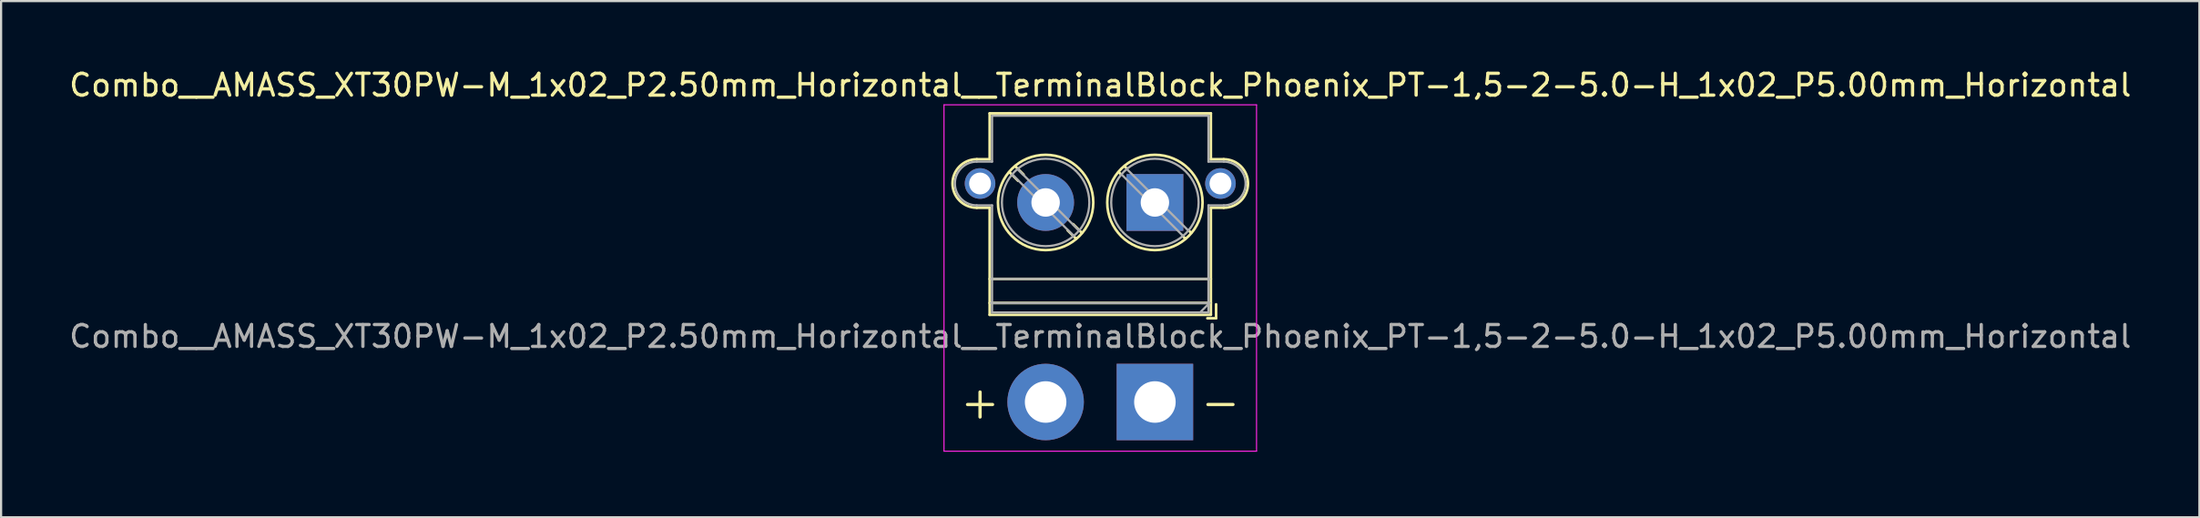
<source format=kicad_pcb>
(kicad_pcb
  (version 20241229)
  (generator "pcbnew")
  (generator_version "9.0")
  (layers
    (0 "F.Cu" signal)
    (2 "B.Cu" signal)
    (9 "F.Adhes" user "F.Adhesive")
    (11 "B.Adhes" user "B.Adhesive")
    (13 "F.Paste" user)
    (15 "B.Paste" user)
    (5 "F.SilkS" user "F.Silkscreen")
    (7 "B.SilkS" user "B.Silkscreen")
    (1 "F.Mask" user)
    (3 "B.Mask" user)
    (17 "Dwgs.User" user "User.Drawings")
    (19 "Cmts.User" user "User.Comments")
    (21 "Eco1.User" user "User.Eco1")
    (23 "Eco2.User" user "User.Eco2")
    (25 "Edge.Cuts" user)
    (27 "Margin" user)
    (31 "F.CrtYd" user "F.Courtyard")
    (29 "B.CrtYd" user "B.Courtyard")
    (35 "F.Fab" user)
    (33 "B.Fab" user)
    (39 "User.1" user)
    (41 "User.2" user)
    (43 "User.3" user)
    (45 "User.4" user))
  (footprint "Combo__AMASS_XT30PW-M_1x02_P2.50mm_Horizontal__TerminalBlock_Phoenix_PT-1,5-2-5.0-H_1x02_P5.00mm_Horizontal"
    (layer "F.Cu")
    (at 49.792 15.348)
    (property "Reference" "Combo__AMASS_XT30PW-M_1x02_P2.50mm_Horizontal__TerminalBlock_Phoenix_PT-1,5-2-5.0-H_1x02_P5.00mm_Horizontal" (at -2.5 -14.5 0) (layer "F.SilkS") (effects (font (size 1 1) (thickness 0.15))))
    (attr through_hole)
    (fp_line (start -8.15 -11.11) (end -7.56 -11.11) (stroke (width 0.12) (type solid)) (layer "F.SilkS"))
    (fp_line (start -8.15 -8.89) (end -7.56 -8.89) (stroke (width 0.12) (type solid)) (layer "F.SilkS"))
    (fp_line (start -7.56 -13.21) (end -7.56 -11.11) (stroke (width 0.12) (type solid)) (layer "F.SilkS"))
    (fp_line (start -7.56 -13.21) (end 2.56 -13.21) (stroke (width 0.12) (type solid)) (layer "F.SilkS"))
    (fp_line (start -7.56 -8.89) (end -7.56 -3.99) (stroke (width 0.12) (type solid)) (layer "F.SilkS"))
    (fp_line (start -7.56 -3.99) (end 2.56 -3.99) (stroke (width 0.12) (type solid)) (layer "F.SilkS"))
    (fp_line (start -6.654 -10.52) (end -6.259 -10.124) (stroke (width 0.12) (type solid)) (layer "F.SilkS"))
    (fp_line (start -6.388 -10.786) (end -6.008 -10.406) (stroke (width 0.12) (type solid)) (layer "F.SilkS"))
    (fp_line (start -3.993 -7.858) (end -3.613 -7.478) (stroke (width 0.12) (type solid)) (layer "F.SilkS"))
    (fp_line (start -3.742 -8.14) (end -3.347 -7.744) (stroke (width 0.12) (type solid)) (layer "F.SilkS"))
    (fp_line (start -1.654 -10.52) (end -1.547 -10.413) (stroke (width 0.12) (type solid)) (layer "F.SilkS"))
    (fp_line (start -1.388 -10.786) (end -1.281 -10.679) (stroke (width 0.12) (type solid)) (layer "F.SilkS"))
    (fp_line (start 1.282 -7.585) (end 1.388 -7.478) (stroke (width 0.12) (type solid)) (layer "F.SilkS"))
    (fp_line (start 1.548 -7.851) (end 1.654 -7.744) (stroke (width 0.12) (type solid)) (layer "F.SilkS"))
    (fp_line (start 2.56 -13.21) (end 2.56 -11.11) (stroke (width 0.12) (type solid)) (layer "F.SilkS"))
    (fp_line (start 2.56 -11.11) (end 3.15 -11.11) (stroke (width 0.12) (type solid)) (layer "F.SilkS"))
    (fp_line (start 2.56 -8.89) (end 2.56 -3.99) (stroke (width 0.12) (type solid)) (layer "F.SilkS"))
    (fp_line (start 2.56 -8.89) (end 3.15 -8.89) (stroke (width 0.12) (type solid)) (layer "F.SilkS"))
    (fp_line (start 2.56 -5.632) (end -7.56 -5.632) (stroke (width 0.12) (type solid)) (layer "F.SilkS"))
    (fp_line (start 2.56 -4.532) (end -7.56 -4.532) (stroke (width 0.12) (type solid)) (layer "F.SilkS"))
    (fp_line (start 2.8 -4.472) (end 2.8 -3.832) (stroke (width 0.12) (type solid)) (layer "F.SilkS"))
    (fp_line (start 2.8 -3.832) (end 2.4 -3.832) (stroke (width 0.12) (type solid)) (layer "F.SilkS"))
    (fp_arc (start -8.15 -8.89) (mid -9.26 -10) (end -8.15 -11.11) (stroke (width 0.12) (type solid)) (layer "F.SilkS"))
    (fp_arc (start 3.15 -11.11) (mid 4.26 -10) (end 3.15 -8.89) (stroke (width 0.12) (type solid)) (layer "F.SilkS"))
    (fp_circle (center -5 -9.132) (end -7.18 -9.132) (stroke (width 0.12) (type solid)) (fill no) (layer "F.SilkS"))
    (fp_circle (center 0 -9.132) (end -2.18 -9.132) (stroke (width 0.12) (type solid)) (fill no) (layer "F.SilkS"))
    (fp_line (start -9.65 -13.6) (end -9.65 2.25) (stroke (width 0.05) (type solid)) (layer "F.CrtYd"))
    (fp_line (start -9.65 -13.6) (end 4.65 -13.6) (stroke (width 0.05) (type solid)) (layer "F.CrtYd"))
    (fp_line (start -9.65 2.25) (end 4.65 2.25) (stroke (width 0.05) (type solid)) (layer "F.CrtYd"))
    (fp_line (start 4.65 -13.6) (end 4.65 2.25) (stroke (width 0.05) (type solid)) (layer "F.CrtYd"))
    (fp_line (start -8.15 -11) (end -7.45 -11) (stroke (width 0.1) (type solid)) (layer "F.Fab"))
    (fp_line (start -8.15 -9) (end -7.45 -9) (stroke (width 0.1) (type solid)) (layer "F.Fab"))
    (fp_line (start -7.45 -13.1) (end -7.45 -11) (stroke (width 0.1) (type solid)) (layer "F.Fab"))
    (fp_line (start -7.45 -13.1) (end 2.45 -13.1) (stroke (width 0.1) (type solid)) (layer "F.Fab"))
    (fp_line (start -7.45 -9) (end -7.45 -4.1) (stroke (width 0.1) (type solid)) (layer "F.Fab"))
    (fp_line (start -7.45 -4.1) (end 2.45 -4.1) (stroke (width 0.1) (type solid)) (layer "F.Fab"))
    (fp_line (start -6.517 -10.405) (end -3.728 -7.615) (stroke (width 0.1) (type solid)) (layer "F.Fab"))
    (fp_line (start -6.273 -10.649) (end -3.484 -7.859) (stroke (width 0.1) (type solid)) (layer "F.Fab"))
    (fp_line (start -1.517 -10.405) (end 1.273 -7.615) (stroke (width 0.1) (type solid)) (layer "F.Fab"))
    (fp_line (start -1.273 -10.649) (end 1.517 -7.859) (stroke (width 0.1) (type solid)) (layer "F.Fab"))
    (fp_line (start 2.1 -4.132) (end 2.5 -4.532) (stroke (width 0.1) (type solid)) (layer "F.Fab"))
    (fp_line (start 2.45 -13.1) (end 2.45 -11) (stroke (width 0.1) (type solid)) (layer "F.Fab"))
    (fp_line (start 2.45 -11) (end 3.15 -11) (stroke (width 0.1) (type solid)) (layer "F.Fab"))
    (fp_line (start 2.45 -9) (end 2.45 -4.1) (stroke (width 0.1) (type solid)) (layer "F.Fab"))
    (fp_line (start 2.45 -9) (end 3.15 -9) (stroke (width 0.1) (type solid)) (layer "F.Fab"))
    (fp_line (start 2.5 -5.632) (end -7.5 -5.632) (stroke (width 0.1) (type solid)) (layer "F.Fab"))
    (fp_line (start 2.5 -4.532) (end -7.5 -4.532) (stroke (width 0.1) (type solid)) (layer "F.Fab"))
    (fp_arc (start -8.15 -9) (mid -9.15 -10) (end -8.15 -11) (stroke (width 0.1) (type solid)) (layer "F.Fab"))
    (fp_arc (start 3.15 -11) (mid 4.15 -10) (end 3.15 -9) (stroke (width 0.1) (type solid)) (layer "F.Fab"))
    (fp_circle (center -5 -9.132) (end -7 -9.132) (stroke (width 0.1) (type solid)) (fill no) (layer "F.Fab"))
    (fp_circle (center 0 -9.132) (end -2 -9.132) (stroke (width 0.1) (type solid)) (fill no) (layer "F.Fab"))
    (fp_text user "-" (at 3 0 0) (layer "F.SilkS") (effects (font (size 1.5 1.5) (thickness 0.15))))
    (fp_text user "+" (at -8 0 0) (layer "F.SilkS") (effects (font (size 1.5 1.5) (thickness 0.15))))
    (fp_text user "${REFERENCE}" (at -2.5 -3 0) (layer "F.Fab") (effects (font (size 1 1) (thickness 0.15))))
    (pad "" thru_hole circle (at -8 -10) (size 1.4 1.4) (drill 1) (layers "*.Cu" "*.Mask"))
    (pad "" thru_hole circle (at 3 -10) (size 1.4 1.4) (drill 1) (layers "*.Cu" "*.Mask"))
    (pad "1" thru_hole rect (at 0 -9.132) (size 2.6 2.6) (drill 1.3) (layers "*.Cu" "*.Mask"))
    (pad "1" thru_hole rect (at 0 0) (size 3.5 3.5) (drill 1.9) (layers "*.Cu" "*.Mask"))
    (pad "2" thru_hole circle (at -5 -9.132) (size 2.6 2.6) (drill 1.3) (layers "*.Cu" "*.Mask"))
    (pad "2" thru_hole circle (at -5 0) (size 3.5 3.5) (drill 1.9) (layers "*.Cu" "*.Mask")))
  (gr_rect
    (start -3 -3)
    (end 97.583 20.623)
    (stroke (width 0.1) (type default))
    (fill no)
    (layer "Edge.Cuts")))
</source>
